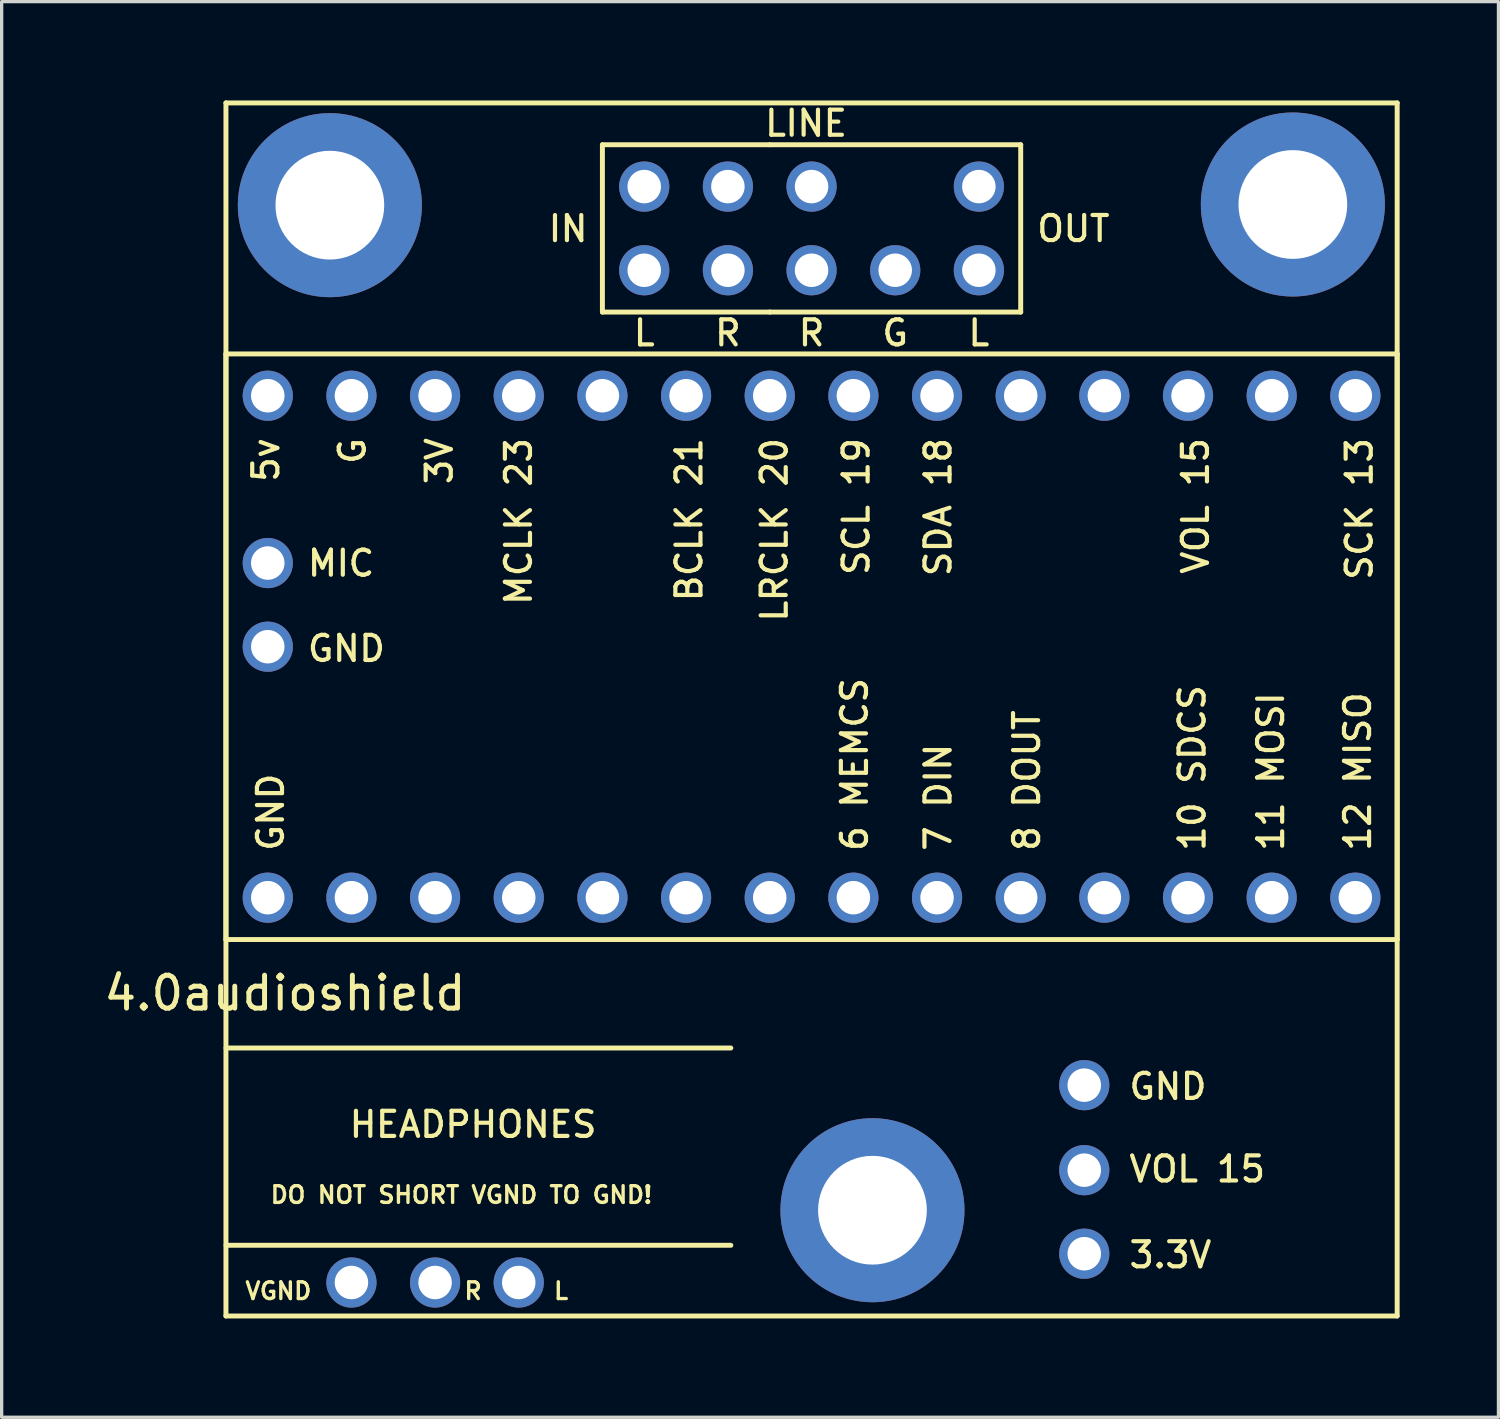
<source format=kicad_pcb>
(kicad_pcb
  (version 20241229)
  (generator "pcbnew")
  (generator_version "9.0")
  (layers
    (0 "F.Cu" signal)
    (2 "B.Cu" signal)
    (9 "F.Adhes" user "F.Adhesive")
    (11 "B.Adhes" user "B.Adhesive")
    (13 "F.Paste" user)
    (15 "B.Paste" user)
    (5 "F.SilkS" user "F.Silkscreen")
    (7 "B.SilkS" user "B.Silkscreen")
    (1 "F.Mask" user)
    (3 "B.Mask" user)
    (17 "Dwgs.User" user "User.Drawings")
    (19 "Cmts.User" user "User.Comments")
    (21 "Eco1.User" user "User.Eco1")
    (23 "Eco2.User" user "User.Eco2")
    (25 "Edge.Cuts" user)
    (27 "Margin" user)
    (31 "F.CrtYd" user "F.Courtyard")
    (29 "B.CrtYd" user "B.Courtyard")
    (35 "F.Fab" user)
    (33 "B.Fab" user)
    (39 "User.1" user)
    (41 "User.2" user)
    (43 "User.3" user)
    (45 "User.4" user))
  (footprint "4.0audioshield"
    (layer "F.Cu")
    (at 5.08 24.205)
    (property "Reference" "4.0audioshield" (at 0.521 2.898 0) (layer "F.SilkS") (effects (font (size 1 1) (thickness 0.15))))
    (attr through_hole)
    (fp_line (start -1.27 -24.13) (end 34.29 -24.13) (stroke (width 0.15) (type solid)) (layer "F.SilkS"))
    (fp_line (start -1.27 -16.51) (end -1.27 1.27) (stroke (width 0.15) (type solid)) (layer "F.SilkS"))
    (fp_line (start -1.27 1.27) (end 34.29 1.27) (stroke (width 0.15) (type solid)) (layer "F.SilkS"))
    (fp_line (start -1.27 12.7) (end -1.27 -24.13) (stroke (width 0.15) (type solid)) (layer "F.SilkS"))
    (fp_line (start -1.267 4.564) (end 14.059 4.564) (stroke (width 0.15) (type solid)) (layer "F.SilkS"))
    (fp_line (start 10.16 -22.86) (end 10.16 -17.78) (stroke (width 0.15) (type solid)) (layer "F.SilkS"))
    (fp_line (start 10.16 -17.78) (end 15.24 -17.78) (stroke (width 0.15) (type solid)) (layer "F.SilkS"))
    (fp_line (start 14.059 10.554) (end -1.267 10.554) (stroke (width 0.15) (type solid)) (layer "F.SilkS"))
    (fp_line (start 15.24 -22.86) (end 10.16 -22.86) (stroke (width 0.15) (type solid)) (layer "F.SilkS"))
    (fp_line (start 15.24 -22.86) (end 22.86 -22.86) (stroke (width 0.15) (type solid)) (layer "F.SilkS"))
    (fp_line (start 22.86 -22.86) (end 22.86 -17.78) (stroke (width 0.15) (type solid)) (layer "F.SilkS"))
    (fp_line (start 22.86 -17.78) (end 15.24 -17.78) (stroke (width 0.15) (type solid)) (layer "F.SilkS"))
    (fp_line (start 34.29 -24.13) (end 34.29 12.7) (stroke (width 0.15) (type solid)) (layer "F.SilkS"))
    (fp_line (start 34.29 -16.51) (end -1.27 -16.51) (stroke (width 0.15) (type solid)) (layer "F.SilkS"))
    (fp_line (start 34.29 1.27) (end 34.29 -16.51) (stroke (width 0.15) (type solid)) (layer "F.SilkS"))
    (fp_line (start 34.29 12.7) (end -1.27 12.7) (stroke (width 0.15) (type solid)) (layer "F.SilkS"))
    (fp_poly (pts (xy 0.565 -21.695) (xy 0.572 -21.654) (xy 0.563 -21.606) (xy 0.546 -21.59) (xy 0.527 -21.612) (xy 0.521 -21.654) (xy 0.529 -21.701) (xy 0.546 -21.717) (xy 0.565 -21.695)) (stroke (width 0.01) (type solid)) (fill no) (layer "Eco1.User"))
    (fp_poly (pts (xy 0.645 -20.274) (xy 0.648 -20.256) (xy 0.634 -20.223) (xy 0.622 -20.218) (xy 0.6 -20.239) (xy 0.597 -20.256) (xy 0.611 -20.29) (xy 0.622 -20.295) (xy 0.645 -20.274)) (stroke (width 0.01) (type solid)) (fill no) (layer "Eco1.User"))
    (fp_poly (pts (xy 0.647 -21.774) (xy 0.648 -21.768) (xy 0.628 -21.743) (xy 0.622 -21.742) (xy 0.598 -21.762) (xy 0.597 -21.768) (xy 0.616 -21.792) (xy 0.622 -21.793) (xy 0.647 -21.774)) (stroke (width 0.01) (type solid)) (fill no) (layer "Eco1.User"))
    (fp_poly (pts (xy 0.718 -20.197) (xy 0.724 -20.155) (xy 0.715 -20.107) (xy 0.699 -20.091) (xy 0.679 -20.113) (xy 0.673 -20.155) (xy 0.682 -20.203) (xy 0.699 -20.218) (xy 0.718 -20.197)) (stroke (width 0.01) (type solid)) (fill no) (layer "Eco1.User"))
    (fp_poly (pts (xy 0.797 -22.001) (xy 0.8 -21.984) (xy 0.786 -21.95) (xy 0.775 -21.946) (xy 0.752 -21.966) (xy 0.749 -21.984) (xy 0.763 -22.018) (xy 0.775 -22.022) (xy 0.797 -22.001)) (stroke (width 0.01) (type solid)) (fill no) (layer "Eco1.User"))
    (fp_poly (pts (xy 0.799 -20.047) (xy 0.8 -20.041) (xy 0.781 -20.016) (xy 0.775 -20.015) (xy 0.75 -20.035) (xy 0.749 -20.041) (xy 0.769 -20.065) (xy 0.775 -20.066) (xy 0.799 -20.047)) (stroke (width 0.01) (type solid)) (fill no) (layer "Eco1.User"))
    (fp_poly (pts (xy 1.024 -19.9) (xy 1.029 -19.888) (xy 1.008 -19.866) (xy 0.991 -19.863) (xy 0.957 -19.877) (xy 0.953 -19.888) (xy 0.973 -19.911) (xy 0.991 -19.914) (xy 1.024 -19.9)) (stroke (width 0.01) (type solid)) (fill no) (layer "Eco1.User"))
    (fp_poly (pts (xy 1.101 -21.551) (xy 1.105 -21.539) (xy 1.084 -21.517) (xy 1.067 -21.514) (xy 1.033 -21.528) (xy 1.029 -21.539) (xy 1.049 -21.562) (xy 1.067 -21.565) (xy 1.101 -21.551)) (stroke (width 0.01) (type solid)) (fill no) (layer "Eco1.User"))
    (fp_poly (pts (xy 1.177 -21.627) (xy 1.181 -21.615) (xy 1.161 -21.593) (xy 1.143 -21.59) (xy 1.109 -21.604) (xy 1.105 -21.615) (xy 1.125 -21.638) (xy 1.143 -21.641) (xy 1.177 -21.627)) (stroke (width 0.01) (type solid)) (fill no) (layer "Eco1.User"))
    (fp_poly (pts (xy 1.253 -21.703) (xy 1.257 -21.692) (xy 1.237 -21.669) (xy 1.219 -21.666) (xy 1.185 -21.68) (xy 1.181 -21.692) (xy 1.202 -21.714) (xy 1.219 -21.717) (xy 1.253 -21.703)) (stroke (width 0.01) (type solid)) (fill no) (layer "Eco1.User"))
    (fp_poly (pts (xy 1.46 -20.555) (xy 1.46 -20.549) (xy 1.441 -20.524) (xy 1.435 -20.523) (xy 1.41 -20.543) (xy 1.41 -20.549) (xy 1.429 -20.573) (xy 1.435 -20.574) (xy 1.46 -20.555)) (stroke (width 0.01) (type solid)) (fill no) (layer "Eco1.User"))
    (fp_poly (pts (xy 1.536 -20.631) (xy 1.537 -20.625) (xy 1.517 -20.6) (xy 1.511 -20.599) (xy 1.487 -20.619) (xy 1.486 -20.625) (xy 1.505 -20.649) (xy 1.511 -20.65) (xy 1.536 -20.631)) (stroke (width 0.01) (type solid)) (fill no) (layer "Eco1.User"))
    (fp_poly (pts (xy 1.612 -20.707) (xy 1.613 -20.701) (xy 1.594 -20.676) (xy 1.587 -20.676) (xy 1.563 -20.695) (xy 1.562 -20.701) (xy 1.581 -20.726) (xy 1.587 -20.726) (xy 1.612 -20.707)) (stroke (width 0.01) (type solid)) (fill no) (layer "Eco1.User"))
    (fp_poly (pts (xy 1.688 -20.783) (xy 1.689 -20.777) (xy 1.67 -20.753) (xy 1.664 -20.752) (xy 1.639 -20.771) (xy 1.638 -20.777) (xy 1.658 -20.802) (xy 1.664 -20.803) (xy 1.688 -20.783)) (stroke (width 0.01) (type solid)) (fill no) (layer "Eco1.User"))
    (fp_poly (pts (xy 1.765 -20.859) (xy 1.765 -20.853) (xy 1.746 -20.829) (xy 1.74 -20.828) (xy 1.715 -20.847) (xy 1.714 -20.853) (xy 1.734 -20.878) (xy 1.74 -20.879) (xy 1.765 -20.859)) (stroke (width 0.01) (type solid)) (fill no) (layer "Eco1.User"))
    (fp_poly (pts (xy 2.069 -21.164) (xy 2.07 -21.158) (xy 2.051 -21.134) (xy 2.045 -21.133) (xy 2.02 -21.152) (xy 2.019 -21.158) (xy 2.039 -21.183) (xy 2.045 -21.184) (xy 2.069 -21.164)) (stroke (width 0.01) (type solid)) (fill no) (layer "Eco1.User"))
    (fp_poly (pts (xy 2.146 -21.24) (xy 2.146 -21.234) (xy 2.127 -21.21) (xy 2.121 -21.209) (xy 2.096 -21.228) (xy 2.095 -21.234) (xy 2.115 -21.259) (xy 2.121 -21.26) (xy 2.146 -21.24)) (stroke (width 0.01) (type solid)) (fill no) (layer "Eco1.User"))
    (fp_poly (pts (xy 2.222 -21.317) (xy 2.223 -21.311) (xy 2.203 -21.286) (xy 2.197 -21.285) (xy 2.172 -21.305) (xy 2.172 -21.311) (xy 2.191 -21.335) (xy 2.197 -21.336) (xy 2.222 -21.317)) (stroke (width 0.01) (type solid)) (fill no) (layer "Eco1.User"))
    (fp_poly (pts (xy 2.298 -21.393) (xy 2.299 -21.387) (xy 2.279 -21.362) (xy 2.273 -21.361) (xy 2.249 -21.381) (xy 2.248 -21.387) (xy 2.267 -21.411) (xy 2.273 -21.412) (xy 2.298 -21.393)) (stroke (width 0.01) (type solid)) (fill no) (layer "Eco1.User"))
    (fp_poly (pts (xy 2.374 -21.469) (xy 2.375 -21.463) (xy 2.356 -21.438) (xy 2.349 -21.438) (xy 2.325 -21.457) (xy 2.324 -21.463) (xy 2.343 -21.488) (xy 2.349 -21.488) (xy 2.374 -21.469)) (stroke (width 0.01) (type solid)) (fill no) (layer "Eco1.User"))
    (fp_poly (pts (xy 2.448 -21.849) (xy 2.451 -21.831) (xy 2.437 -21.797) (xy 2.426 -21.793) (xy 2.403 -21.814) (xy 2.4 -21.831) (xy 2.414 -21.865) (xy 2.426 -21.869) (xy 2.448 -21.849)) (stroke (width 0.01) (type solid)) (fill no) (layer "Eco1.User"))
    (fp_poly (pts (xy 2.448 -20.198) (xy 2.451 -20.18) (xy 2.437 -20.146) (xy 2.426 -20.142) (xy 2.403 -20.163) (xy 2.4 -20.18) (xy 2.414 -20.214) (xy 2.426 -20.218) (xy 2.448 -20.198)) (stroke (width 0.01) (type solid)) (fill no) (layer "Eco1.User"))
    (fp_poly (pts (xy 2.45 -21.545) (xy 2.451 -21.539) (xy 2.432 -21.515) (xy 2.426 -21.514) (xy 2.401 -21.533) (xy 2.4 -21.539) (xy 2.42 -21.564) (xy 2.426 -21.565) (xy 2.45 -21.545)) (stroke (width 0.01) (type solid)) (fill no) (layer "Eco1.User"))
    (fp_poly (pts (xy 2.524 -20.274) (xy 2.527 -20.256) (xy 2.514 -20.223) (xy 2.502 -20.218) (xy 2.479 -20.239) (xy 2.477 -20.256) (xy 2.49 -20.29) (xy 2.502 -20.295) (xy 2.524 -20.274)) (stroke (width 0.01) (type solid)) (fill no) (layer "Eco1.User"))
    (fp_poly (pts (xy 2.527 -21.774) (xy 2.527 -21.768) (xy 2.508 -21.743) (xy 2.502 -21.742) (xy 2.477 -21.762) (xy 2.477 -21.768) (xy 2.496 -21.792) (xy 2.502 -21.793) (xy 2.527 -21.774)) (stroke (width 0.01) (type solid)) (fill no) (layer "Eco1.User"))
    (fp_poly (pts (xy 2.527 -21.621) (xy 2.527 -21.615) (xy 2.508 -21.591) (xy 2.502 -21.59) (xy 2.477 -21.609) (xy 2.477 -21.615) (xy 2.496 -21.64) (xy 2.502 -21.641) (xy 2.527 -21.621)) (stroke (width 0.01) (type solid)) (fill no) (layer "Eco1.User"))
    (fp_poly (pts (xy 2.588 -22.293) (xy 2.603 -22.276) (xy 2.582 -22.257) (xy 2.54 -22.25) (xy 2.492 -22.259) (xy 2.477 -22.276) (xy 2.498 -22.295) (xy 2.54 -22.301) (xy 2.588 -22.293)) (stroke (width 0.01) (type solid)) (fill no) (layer "Eco1.User"))
    (fp_poly (pts (xy 2.588 -19.753) (xy 2.603 -19.736) (xy 2.582 -19.717) (xy 2.54 -19.71) (xy 2.492 -19.719) (xy 2.477 -19.736) (xy 2.498 -19.755) (xy 2.54 -19.761) (xy 2.588 -19.753)) (stroke (width 0.01) (type solid)) (fill no) (layer "Eco1.User"))
    (fp_poly (pts (xy 2.603 -21.698) (xy 2.603 -21.692) (xy 2.584 -21.667) (xy 2.578 -21.666) (xy 2.553 -21.686) (xy 2.553 -21.692) (xy 2.572 -21.716) (xy 2.578 -21.717) (xy 2.603 -21.698)) (stroke (width 0.01) (type solid)) (fill no) (layer "Eco1.User"))
    (fp_poly (pts (xy 2.675 -21.627) (xy 2.68 -21.615) (xy 2.659 -21.593) (xy 2.642 -21.59) (xy 2.608 -21.604) (xy 2.603 -21.615) (xy 2.624 -21.638) (xy 2.642 -21.641) (xy 2.675 -21.627)) (stroke (width 0.01) (type solid)) (fill no) (layer "Eco1.User"))
    (fp_poly (pts (xy 2.752 -21.551) (xy 2.756 -21.539) (xy 2.735 -21.517) (xy 2.718 -21.514) (xy 2.684 -21.528) (xy 2.68 -21.539) (xy 2.7 -21.562) (xy 2.718 -21.565) (xy 2.752 -21.551)) (stroke (width 0.01) (type solid)) (fill no) (layer "Eco1.User"))
    (fp_poly (pts (xy 2.828 -19.9) (xy 2.832 -19.888) (xy 2.812 -19.866) (xy 2.794 -19.863) (xy 2.76 -19.877) (xy 2.756 -19.888) (xy 2.776 -19.911) (xy 2.794 -19.914) (xy 2.828 -19.9)) (stroke (width 0.01) (type solid)) (fill no) (layer "Eco1.User"))
    (fp_poly (pts (xy 3.035 -20.047) (xy 3.035 -20.041) (xy 3.016 -20.016) (xy 3.01 -20.015) (xy 2.985 -20.035) (xy 2.985 -20.041) (xy 3.004 -20.065) (xy 3.01 -20.066) (xy 3.035 -20.047)) (stroke (width 0.01) (type solid)) (fill no) (layer "Eco1.User"))
    (fp_poly (pts (xy 3.105 -20.197) (xy 3.111 -20.155) (xy 3.103 -20.107) (xy 3.086 -20.091) (xy 3.067 -20.113) (xy 3.061 -20.155) (xy 3.069 -20.203) (xy 3.086 -20.218) (xy 3.105 -20.197)) (stroke (width 0.01) (type solid)) (fill no) (layer "Eco1.User"))
    (fp_poly (pts (xy 3.185 -20.274) (xy 3.188 -20.256) (xy 3.174 -20.223) (xy 3.162 -20.218) (xy 3.14 -20.239) (xy 3.137 -20.256) (xy 3.151 -20.29) (xy 3.162 -20.295) (xy 3.185 -20.274)) (stroke (width 0.01) (type solid)) (fill no) (layer "Eco1.User"))
    (fp_poly (pts (xy 3.187 -21.774) (xy 3.188 -21.768) (xy 3.168 -21.743) (xy 3.162 -21.742) (xy 3.138 -21.762) (xy 3.137 -21.768) (xy 3.156 -21.792) (xy 3.162 -21.793) (xy 3.187 -21.774)) (stroke (width 0.01) (type solid)) (fill no) (layer "Eco1.User"))
    (fp_poly (pts (xy 3.258 -21.695) (xy 3.264 -21.654) (xy 3.255 -21.606) (xy 3.239 -21.59) (xy 3.219 -21.612) (xy 3.213 -21.654) (xy 3.222 -21.701) (xy 3.239 -21.717) (xy 3.258 -21.695)) (stroke (width 0.01) (type solid)) (fill no) (layer "Eco1.User"))
    (fp_poly (pts (xy 29.826 -21.695) (xy 29.832 -21.654) (xy 29.824 -21.606) (xy 29.807 -21.59) (xy 29.788 -21.612) (xy 29.782 -21.654) (xy 29.79 -21.701) (xy 29.807 -21.717) (xy 29.826 -21.695)) (stroke (width 0.01) (type solid)) (fill no) (layer "Eco1.User"))
    (fp_poly (pts (xy 29.906 -20.274) (xy 29.909 -20.256) (xy 29.895 -20.223) (xy 29.883 -20.218) (xy 29.861 -20.239) (xy 29.858 -20.256) (xy 29.871 -20.29) (xy 29.883 -20.295) (xy 29.906 -20.274)) (stroke (width 0.01) (type solid)) (fill no) (layer "Eco1.User"))
    (fp_poly (pts (xy 29.908 -21.774) (xy 29.909 -21.768) (xy 29.889 -21.743) (xy 29.883 -21.742) (xy 29.858 -21.762) (xy 29.858 -21.768) (xy 29.877 -21.792) (xy 29.883 -21.793) (xy 29.908 -21.774)) (stroke (width 0.01) (type solid)) (fill no) (layer "Eco1.User"))
    (fp_poly (pts (xy 29.978 -20.197) (xy 29.985 -20.155) (xy 29.976 -20.107) (xy 29.959 -20.091) (xy 29.94 -20.113) (xy 29.934 -20.155) (xy 29.943 -20.203) (xy 29.959 -20.218) (xy 29.978 -20.197)) (stroke (width 0.01) (type solid)) (fill no) (layer "Eco1.User"))
    (fp_poly (pts (xy 30.058 -22.001) (xy 30.061 -21.984) (xy 30.047 -21.95) (xy 30.035 -21.946) (xy 30.013 -21.966) (xy 30.01 -21.984) (xy 30.024 -22.018) (xy 30.035 -22.022) (xy 30.058 -22.001)) (stroke (width 0.01) (type solid)) (fill no) (layer "Eco1.User"))
    (fp_poly (pts (xy 30.06 -20.047) (xy 30.061 -20.041) (xy 30.042 -20.016) (xy 30.035 -20.015) (xy 30.011 -20.035) (xy 30.01 -20.041) (xy 30.029 -20.065) (xy 30.035 -20.066) (xy 30.06 -20.047)) (stroke (width 0.01) (type solid)) (fill no) (layer "Eco1.User"))
    (fp_poly (pts (xy 30.201 -22.085) (xy 30.213 -22.06) (xy 30.191 -22.029) (xy 30.15 -22.022) (xy 30.099 -22.035) (xy 30.086 -22.06) (xy 30.108 -22.091) (xy 30.15 -22.098) (xy 30.201 -22.085)) (stroke (width 0.01) (type solid)) (fill no) (layer "Eco1.User"))
    (fp_poly (pts (xy 30.289 -22.129) (xy 30.29 -22.123) (xy 30.27 -22.099) (xy 30.264 -22.098) (xy 30.239 -22.117) (xy 30.239 -22.123) (xy 30.258 -22.148) (xy 30.264 -22.149) (xy 30.289 -22.129)) (stroke (width 0.01) (type solid)) (fill no) (layer "Eco1.User"))
    (fp_poly (pts (xy 30.289 -20.123) (xy 30.29 -20.117) (xy 30.27 -20.092) (xy 30.264 -20.091) (xy 30.239 -20.111) (xy 30.239 -20.117) (xy 30.258 -20.141) (xy 30.264 -20.142) (xy 30.289 -20.123)) (stroke (width 0.01) (type solid)) (fill no) (layer "Eco1.User"))
    (fp_poly (pts (xy 30.289 -19.894) (xy 30.29 -19.888) (xy 30.27 -19.864) (xy 30.264 -19.863) (xy 30.239 -19.882) (xy 30.239 -19.888) (xy 30.258 -19.913) (xy 30.264 -19.914) (xy 30.289 -19.894)) (stroke (width 0.01) (type solid)) (fill no) (layer "Eco1.User"))
    (fp_poly (pts (xy 30.363 -20.198) (xy 30.366 -20.18) (xy 30.352 -20.146) (xy 30.34 -20.142) (xy 30.318 -20.163) (xy 30.315 -20.18) (xy 30.329 -20.214) (xy 30.34 -20.218) (xy 30.363 -20.198)) (stroke (width 0.01) (type solid)) (fill no) (layer "Eco1.User"))
    (fp_poly (pts (xy 30.365 -21.545) (xy 30.366 -21.539) (xy 30.346 -21.515) (xy 30.34 -21.514) (xy 30.316 -21.533) (xy 30.315 -21.539) (xy 30.334 -21.564) (xy 30.34 -21.565) (xy 30.365 -21.545)) (stroke (width 0.01) (type solid)) (fill no) (layer "Eco1.User"))
    (fp_poly (pts (xy 30.365 -20.478) (xy 30.366 -20.472) (xy 30.346 -20.448) (xy 30.34 -20.447) (xy 30.316 -20.466) (xy 30.315 -20.472) (xy 30.334 -20.497) (xy 30.34 -20.498) (xy 30.365 -20.478)) (stroke (width 0.01) (type solid)) (fill no) (layer "Eco1.User"))
    (fp_poly (pts (xy 30.426 -22.216) (xy 30.442 -22.2) (xy 30.42 -22.181) (xy 30.378 -22.174) (xy 30.331 -22.183) (xy 30.315 -22.2) (xy 30.337 -22.219) (xy 30.378 -22.225) (xy 30.426 -22.216)) (stroke (width 0.01) (type solid)) (fill no) (layer "Eco1.User"))
    (fp_poly (pts (xy 30.426 -19.829) (xy 30.442 -19.812) (xy 30.42 -19.793) (xy 30.378 -19.787) (xy 30.331 -19.795) (xy 30.315 -19.812) (xy 30.337 -19.831) (xy 30.378 -19.837) (xy 30.426 -19.829)) (stroke (width 0.01) (type solid)) (fill no) (layer "Eco1.User"))
    (fp_poly (pts (xy 30.439 -20.426) (xy 30.442 -20.409) (xy 30.428 -20.375) (xy 30.416 -20.371) (xy 30.394 -20.391) (xy 30.391 -20.409) (xy 30.405 -20.443) (xy 30.416 -20.447) (xy 30.439 -20.426)) (stroke (width 0.01) (type solid)) (fill no) (layer "Eco1.User"))
    (fp_poly (pts (xy 30.439 -20.274) (xy 30.442 -20.256) (xy 30.428 -20.223) (xy 30.416 -20.218) (xy 30.394 -20.239) (xy 30.391 -20.256) (xy 30.405 -20.29) (xy 30.416 -20.295) (xy 30.439 -20.274)) (stroke (width 0.01) (type solid)) (fill no) (layer "Eco1.User"))
    (fp_poly (pts (xy 30.441 -21.621) (xy 30.442 -21.615) (xy 30.423 -21.591) (xy 30.416 -21.59) (xy 30.392 -21.609) (xy 30.391 -21.615) (xy 30.41 -21.64) (xy 30.416 -21.641) (xy 30.441 -21.621)) (stroke (width 0.01) (type solid)) (fill no) (layer "Eco1.User"))
    (fp_poly (pts (xy 30.515 -20.35) (xy 30.518 -20.333) (xy 30.504 -20.299) (xy 30.493 -20.295) (xy 30.47 -20.315) (xy 30.467 -20.333) (xy 30.481 -20.367) (xy 30.493 -20.371) (xy 30.515 -20.35)) (stroke (width 0.01) (type solid)) (fill no) (layer "Eco1.User"))
    (fp_poly (pts (xy 30.517 -21.698) (xy 30.518 -21.692) (xy 30.499 -21.667) (xy 30.493 -21.666) (xy 30.468 -21.686) (xy 30.467 -21.692) (xy 30.487 -21.716) (xy 30.493 -21.717) (xy 30.517 -21.698)) (stroke (width 0.01) (type solid)) (fill no) (layer "Eco1.User"))
    (fp_poly (pts (xy 30.579 -22.293) (xy 30.594 -22.276) (xy 30.573 -22.257) (xy 30.531 -22.25) (xy 30.483 -22.259) (xy 30.467 -22.276) (xy 30.489 -22.295) (xy 30.531 -22.301) (xy 30.579 -22.293)) (stroke (width 0.01) (type solid)) (fill no) (layer "Eco1.User"))
    (fp_poly (pts (xy 30.579 -19.753) (xy 30.594 -19.736) (xy 30.573 -19.717) (xy 30.531 -19.71) (xy 30.483 -19.719) (xy 30.467 -19.736) (xy 30.489 -19.755) (xy 30.531 -19.761) (xy 30.579 -19.753)) (stroke (width 0.01) (type solid)) (fill no) (layer "Eco1.User"))
    (fp_poly (pts (xy 30.591 -20.426) (xy 30.594 -20.409) (xy 30.581 -20.375) (xy 30.569 -20.371) (xy 30.546 -20.391) (xy 30.544 -20.409) (xy 30.557 -20.443) (xy 30.569 -20.447) (xy 30.591 -20.426)) (stroke (width 0.01) (type solid)) (fill no) (layer "Eco1.User"))
    (fp_poly (pts (xy 30.591 -20.274) (xy 30.594 -20.256) (xy 30.581 -20.223) (xy 30.569 -20.218) (xy 30.546 -20.239) (xy 30.544 -20.256) (xy 30.557 -20.29) (xy 30.569 -20.295) (xy 30.591 -20.274)) (stroke (width 0.01) (type solid)) (fill no) (layer "Eco1.User"))
    (fp_poly (pts (xy 30.594 -21.774) (xy 30.594 -21.768) (xy 30.575 -21.743) (xy 30.569 -21.742) (xy 30.544 -21.762) (xy 30.544 -21.768) (xy 30.563 -21.792) (xy 30.569 -21.793) (xy 30.594 -21.774)) (stroke (width 0.01) (type solid)) (fill no) (layer "Eco1.User"))
    (fp_poly (pts (xy 30.668 -21.849) (xy 30.671 -21.831) (xy 30.657 -21.797) (xy 30.645 -21.793) (xy 30.623 -21.814) (xy 30.62 -21.831) (xy 30.633 -21.865) (xy 30.645 -21.869) (xy 30.668 -21.849)) (stroke (width 0.01) (type solid)) (fill no) (layer "Eco1.User"))
    (fp_poly (pts (xy 30.668 -20.198) (xy 30.671 -20.18) (xy 30.657 -20.146) (xy 30.645 -20.142) (xy 30.623 -20.163) (xy 30.62 -20.18) (xy 30.633 -20.214) (xy 30.645 -20.218) (xy 30.668 -20.198)) (stroke (width 0.01) (type solid)) (fill no) (layer "Eco1.User"))
    (fp_poly (pts (xy 30.67 -20.478) (xy 30.671 -20.472) (xy 30.651 -20.448) (xy 30.645 -20.447) (xy 30.62 -20.466) (xy 30.62 -20.472) (xy 30.639 -20.497) (xy 30.645 -20.498) (xy 30.67 -20.478)) (stroke (width 0.01) (type solid)) (fill no) (layer "Eco1.User"))
    (fp_poly (pts (xy 30.746 -20.555) (xy 30.747 -20.549) (xy 30.727 -20.524) (xy 30.721 -20.523) (xy 30.697 -20.543) (xy 30.696 -20.549) (xy 30.715 -20.573) (xy 30.721 -20.574) (xy 30.746 -20.555)) (stroke (width 0.01) (type solid)) (fill no) (layer "Eco1.User"))
    (fp_poly (pts (xy 30.822 -20.631) (xy 30.823 -20.625) (xy 30.804 -20.6) (xy 30.797 -20.599) (xy 30.773 -20.619) (xy 30.772 -20.625) (xy 30.791 -20.649) (xy 30.797 -20.65) (xy 30.822 -20.631)) (stroke (width 0.01) (type solid)) (fill no) (layer "Eco1.User"))
    (fp_poly (pts (xy 30.895 -20.713) (xy 30.899 -20.701) (xy 30.879 -20.678) (xy 30.861 -20.676) (xy 30.827 -20.689) (xy 30.823 -20.701) (xy 30.843 -20.724) (xy 30.861 -20.726) (xy 30.895 -20.713)) (stroke (width 0.01) (type solid)) (fill no) (layer "Eco1.User"))
    (fp_poly (pts (xy 30.971 -20.789) (xy 30.975 -20.777) (xy 30.955 -20.755) (xy 30.937 -20.752) (xy 30.903 -20.766) (xy 30.899 -20.777) (xy 30.92 -20.8) (xy 30.937 -20.803) (xy 30.971 -20.789)) (stroke (width 0.01) (type solid)) (fill no) (layer "Eco1.User"))
    (fp_poly (pts (xy 31.047 -20.865) (xy 31.052 -20.853) (xy 31.031 -20.831) (xy 31.013 -20.828) (xy 30.98 -20.842) (xy 30.975 -20.853) (xy 30.996 -20.876) (xy 31.013 -20.879) (xy 31.047 -20.865)) (stroke (width 0.01) (type solid)) (fill no) (layer "Eco1.User"))
    (fp_poly (pts (xy 31.406 -21.24) (xy 31.407 -21.234) (xy 31.388 -21.21) (xy 31.382 -21.209) (xy 31.357 -21.228) (xy 31.356 -21.234) (xy 31.376 -21.259) (xy 31.382 -21.26) (xy 31.406 -21.24)) (stroke (width 0.01) (type solid)) (fill no) (layer "Eco1.User"))
    (fp_poly (pts (xy 31.483 -21.317) (xy 31.483 -21.311) (xy 31.464 -21.286) (xy 31.458 -21.285) (xy 31.433 -21.305) (xy 31.433 -21.311) (xy 31.452 -21.335) (xy 31.458 -21.336) (xy 31.483 -21.317)) (stroke (width 0.01) (type solid)) (fill no) (layer "Eco1.User"))
    (fp_poly (pts (xy 31.559 -21.393) (xy 31.559 -21.387) (xy 31.54 -21.362) (xy 31.534 -21.361) (xy 31.509 -21.381) (xy 31.509 -21.387) (xy 31.528 -21.411) (xy 31.534 -21.412) (xy 31.559 -21.393)) (stroke (width 0.01) (type solid)) (fill no) (layer "Eco1.User"))
    (fp_poly (pts (xy 31.635 -21.469) (xy 31.636 -21.463) (xy 31.616 -21.438) (xy 31.61 -21.438) (xy 31.586 -21.457) (xy 31.585 -21.463) (xy 31.604 -21.488) (xy 31.61 -21.488) (xy 31.635 -21.469)) (stroke (width 0.01) (type solid)) (fill no) (layer "Eco1.User"))
    (fp_poly (pts (xy 31.709 -21.849) (xy 31.712 -21.831) (xy 31.698 -21.797) (xy 31.686 -21.793) (xy 31.664 -21.814) (xy 31.661 -21.831) (xy 31.675 -21.865) (xy 31.686 -21.869) (xy 31.709 -21.849)) (stroke (width 0.01) (type solid)) (fill no) (layer "Eco1.User"))
    (fp_poly (pts (xy 31.709 -20.198) (xy 31.712 -20.18) (xy 31.698 -20.146) (xy 31.686 -20.142) (xy 31.664 -20.163) (xy 31.661 -20.18) (xy 31.675 -20.214) (xy 31.686 -20.218) (xy 31.709 -20.198)) (stroke (width 0.01) (type solid)) (fill no) (layer "Eco1.User"))
    (fp_poly (pts (xy 31.711 -21.545) (xy 31.712 -21.539) (xy 31.693 -21.515) (xy 31.686 -21.514) (xy 31.662 -21.533) (xy 31.661 -21.539) (xy 31.68 -21.564) (xy 31.686 -21.565) (xy 31.711 -21.545)) (stroke (width 0.01) (type solid)) (fill no) (layer "Eco1.User"))
    (fp_poly (pts (xy 31.785 -20.274) (xy 31.788 -20.256) (xy 31.774 -20.223) (xy 31.763 -20.218) (xy 31.74 -20.239) (xy 31.737 -20.256) (xy 31.751 -20.29) (xy 31.763 -20.295) (xy 31.785 -20.274)) (stroke (width 0.01) (type solid)) (fill no) (layer "Eco1.User"))
    (fp_poly (pts (xy 31.787 -21.774) (xy 31.788 -21.768) (xy 31.769 -21.743) (xy 31.763 -21.742) (xy 31.738 -21.762) (xy 31.737 -21.768) (xy 31.757 -21.792) (xy 31.763 -21.793) (xy 31.787 -21.774)) (stroke (width 0.01) (type solid)) (fill no) (layer "Eco1.User"))
    (fp_poly (pts (xy 31.787 -21.621) (xy 31.788 -21.615) (xy 31.769 -21.591) (xy 31.763 -21.59) (xy 31.738 -21.609) (xy 31.737 -21.615) (xy 31.757 -21.64) (xy 31.763 -21.641) (xy 31.787 -21.621)) (stroke (width 0.01) (type solid)) (fill no) (layer "Eco1.User"))
    (fp_poly (pts (xy 31.849 -22.293) (xy 31.864 -22.276) (xy 31.843 -22.257) (xy 31.801 -22.25) (xy 31.753 -22.259) (xy 31.737 -22.276) (xy 31.759 -22.295) (xy 31.801 -22.301) (xy 31.849 -22.293)) (stroke (width 0.01) (type solid)) (fill no) (layer "Eco1.User"))
    (fp_poly (pts (xy 31.849 -19.753) (xy 31.864 -19.736) (xy 31.843 -19.717) (xy 31.801 -19.71) (xy 31.753 -19.719) (xy 31.737 -19.736) (xy 31.759 -19.755) (xy 31.801 -19.761) (xy 31.849 -19.753)) (stroke (width 0.01) (type solid)) (fill no) (layer "Eco1.User"))
    (fp_poly (pts (xy 31.861 -20.35) (xy 31.864 -20.333) (xy 31.851 -20.299) (xy 31.839 -20.295) (xy 31.816 -20.315) (xy 31.814 -20.333) (xy 31.827 -20.367) (xy 31.839 -20.371) (xy 31.861 -20.35)) (stroke (width 0.01) (type solid)) (fill no) (layer "Eco1.User"))
    (fp_poly (pts (xy 31.864 -21.698) (xy 31.864 -21.692) (xy 31.845 -21.667) (xy 31.839 -21.666) (xy 31.814 -21.686) (xy 31.814 -21.692) (xy 31.833 -21.716) (xy 31.839 -21.717) (xy 31.864 -21.698)) (stroke (width 0.01) (type solid)) (fill no) (layer "Eco1.User"))
    (fp_poly (pts (xy 31.938 -20.426) (xy 31.941 -20.409) (xy 31.927 -20.375) (xy 31.915 -20.371) (xy 31.893 -20.391) (xy 31.89 -20.409) (xy 31.903 -20.443) (xy 31.915 -20.447) (xy 31.938 -20.426)) (stroke (width 0.01) (type solid)) (fill no) (layer "Eco1.User"))
    (fp_poly (pts (xy 31.94 -21.774) (xy 31.941 -21.768) (xy 31.921 -21.743) (xy 31.915 -21.742) (xy 31.89 -21.762) (xy 31.89 -21.768) (xy 31.909 -21.792) (xy 31.915 -21.793) (xy 31.94 -21.774)) (stroke (width 0.01) (type solid)) (fill no) (layer "Eco1.User"))
    (fp_poly (pts (xy 31.94 -21.621) (xy 31.941 -21.615) (xy 31.921 -21.591) (xy 31.915 -21.59) (xy 31.89 -21.609) (xy 31.89 -21.615) (xy 31.909 -21.64) (xy 31.915 -21.641) (xy 31.94 -21.621)) (stroke (width 0.01) (type solid)) (fill no) (layer "Eco1.User"))
    (fp_poly (pts (xy 32.001 -22.216) (xy 32.017 -22.2) (xy 31.995 -22.181) (xy 31.953 -22.174) (xy 31.905 -22.183) (xy 31.89 -22.2) (xy 31.911 -22.219) (xy 31.953 -22.225) (xy 32.001 -22.216)) (stroke (width 0.01) (type solid)) (fill no) (layer "Eco1.User"))
    (fp_poly (pts (xy 32.001 -19.829) (xy 32.017 -19.812) (xy 31.995 -19.793) (xy 31.953 -19.787) (xy 31.905 -19.795) (xy 31.89 -19.812) (xy 31.911 -19.831) (xy 31.953 -19.837) (xy 32.001 -19.829)) (stroke (width 0.01) (type solid)) (fill no) (layer "Eco1.User"))
    (fp_poly (pts (xy 32.014 -21.849) (xy 32.017 -21.831) (xy 32.003 -21.797) (xy 31.991 -21.793) (xy 31.969 -21.814) (xy 31.966 -21.831) (xy 31.98 -21.865) (xy 31.991 -21.869) (xy 32.014 -21.849)) (stroke (width 0.01) (type solid)) (fill no) (layer "Eco1.User"))
    (fp_poly (pts (xy 32.016 -21.545) (xy 32.017 -21.539) (xy 31.997 -21.515) (xy 31.991 -21.514) (xy 31.967 -21.533) (xy 31.966 -21.539) (xy 31.985 -21.564) (xy 31.991 -21.565) (xy 32.016 -21.545)) (stroke (width 0.01) (type solid)) (fill no) (layer "Eco1.User"))
    (fp_poly (pts (xy 32.016 -20.478) (xy 32.017 -20.472) (xy 31.997 -20.448) (xy 31.991 -20.447) (xy 31.967 -20.466) (xy 31.966 -20.472) (xy 31.985 -20.497) (xy 31.991 -20.498) (xy 32.016 -20.478)) (stroke (width 0.01) (type solid)) (fill no) (layer "Eco1.User"))
    (fp_poly (pts (xy 32.09 -21.925) (xy 32.093 -21.907) (xy 32.079 -21.874) (xy 32.068 -21.869) (xy 32.045 -21.89) (xy 32.042 -21.907) (xy 32.056 -21.941) (xy 32.068 -21.946) (xy 32.09 -21.925)) (stroke (width 0.01) (type solid)) (fill no) (layer "Eco1.User"))
    (fp_poly (pts (xy 32.092 -22.129) (xy 32.093 -22.123) (xy 32.074 -22.099) (xy 32.068 -22.098) (xy 32.043 -22.117) (xy 32.042 -22.123) (xy 32.061 -22.148) (xy 32.068 -22.149) (xy 32.092 -22.129)) (stroke (width 0.01) (type solid)) (fill no) (layer "Eco1.User"))
    (fp_poly (pts (xy 32.092 -19.894) (xy 32.093 -19.888) (xy 32.074 -19.864) (xy 32.068 -19.863) (xy 32.043 -19.882) (xy 32.042 -19.888) (xy 32.061 -19.913) (xy 32.068 -19.914) (xy 32.092 -19.894)) (stroke (width 0.01) (type solid)) (fill no) (layer "Eco1.User"))
    (fp_poly (pts (xy 32.23 -19.981) (xy 32.245 -19.964) (xy 32.224 -19.945) (xy 32.182 -19.939) (xy 32.134 -19.948) (xy 32.118 -19.964) (xy 32.14 -19.983) (xy 32.182 -19.99) (xy 32.23 -19.981)) (stroke (width 0.01) (type solid)) (fill no) (layer "Eco1.User"))
    (fp_poly (pts (xy 32.321 -20.047) (xy 32.322 -20.041) (xy 32.302 -20.016) (xy 32.296 -20.015) (xy 32.271 -20.035) (xy 32.271 -20.041) (xy 32.29 -20.065) (xy 32.296 -20.066) (xy 32.321 -20.047)) (stroke (width 0.01) (type solid)) (fill no) (layer "Eco1.User"))
    (fp_poly (pts (xy 32.391 -20.197) (xy 32.398 -20.155) (xy 32.389 -20.107) (xy 32.372 -20.091) (xy 32.353 -20.113) (xy 32.347 -20.155) (xy 32.356 -20.203) (xy 32.372 -20.218) (xy 32.391 -20.197)) (stroke (width 0.01) (type solid)) (fill no) (layer "Eco1.User"))
    (fp_poly (pts (xy 32.473 -21.774) (xy 32.474 -21.768) (xy 32.455 -21.743) (xy 32.449 -21.742) (xy 32.424 -21.762) (xy 32.423 -21.768) (xy 32.442 -21.792) (xy 32.449 -21.793) (xy 32.473 -21.774)) (stroke (width 0.01) (type solid)) (fill no) (layer "Eco1.User"))
    (fp_poly (pts (xy 32.543 -21.695) (xy 32.55 -21.654) (xy 32.537 -21.602) (xy 32.512 -21.59) (xy 32.481 -21.612) (xy 32.474 -21.654) (xy 32.487 -21.705) (xy 32.512 -21.717) (xy 32.543 -21.695)) (stroke (width 0.01) (type solid)) (fill no) (layer "Eco1.User"))
    (fp_poly (pts (xy 0.486 -21.542) (xy 0.495 -21.486) (xy 0.495 -21.463) (xy 0.49 -21.399) (xy 0.476 -21.364) (xy 0.47 -21.361) (xy 0.454 -21.384) (xy 0.445 -21.44) (xy 0.445 -21.463) (xy 0.45 -21.527) (xy 0.464 -21.562) (xy 0.47 -21.565) (xy 0.486 -21.542)) (stroke (width 0.01) (type solid)) (fill no) (layer "Eco1.User"))
    (fp_poly (pts (xy 0.486 -20.628) (xy 0.495 -20.571) (xy 0.495 -20.549) (xy 0.49 -20.485) (xy 0.476 -20.45) (xy 0.47 -20.447) (xy 0.454 -20.47) (xy 0.445 -20.526) (xy 0.445 -20.549) (xy 0.45 -20.612) (xy 0.464 -20.648) (xy 0.47 -20.65) (xy 0.486 -20.628)) (stroke (width 0.01) (type solid)) (fill no) (layer "Eco1.User"))
    (fp_poly (pts (xy 0.564 -20.425) (xy 0.571 -20.372) (xy 0.572 -20.371) (xy 0.564 -20.317) (xy 0.546 -20.295) (xy 0.546 -20.295) (xy 0.528 -20.317) (xy 0.521 -20.37) (xy 0.521 -20.371) (xy 0.528 -20.424) (xy 0.546 -20.447) (xy 0.546 -20.447) (xy 0.564 -20.425)) (stroke (width 0.01) (type solid)) (fill no) (layer "Eco1.User"))
    (fp_poly (pts (xy 0.716 -21.924) (xy 0.724 -21.87) (xy 0.724 -21.869) (xy 0.717 -21.816) (xy 0.699 -21.793) (xy 0.699 -21.793) (xy 0.681 -21.815) (xy 0.673 -21.868) (xy 0.673 -21.869) (xy 0.68 -21.923) (xy 0.698 -21.946) (xy 0.699 -21.946) (xy 0.716 -21.924)) (stroke (width 0.01) (type solid)) (fill no) (layer "Eco1.User"))
    (fp_poly (pts (xy 1.017 -21.472) (xy 1.028 -21.416) (xy 1.029 -21.387) (xy 1.022 -21.316) (xy 1.002 -21.287) (xy 0.991 -21.285) (xy 0.964 -21.302) (xy 0.953 -21.358) (xy 0.953 -21.387) (xy 0.959 -21.457) (xy 0.98 -21.487) (xy 0.991 -21.488) (xy 1.017 -21.472)) (stroke (width 0.01) (type solid)) (fill no) (layer "Eco1.User"))
    (fp_poly (pts (xy 1.017 -20.71) (xy 1.028 -20.654) (xy 1.029 -20.625) (xy 1.022 -20.554) (xy 1.002 -20.525) (xy 0.991 -20.523) (xy 0.964 -20.54) (xy 0.953 -20.596) (xy 0.953 -20.625) (xy 0.959 -20.695) (xy 0.98 -20.725) (xy 0.991 -20.726) (xy 1.017 -20.71)) (stroke (width 0.01) (type solid)) (fill no) (layer "Eco1.User"))
    (fp_poly (pts (xy 1.158 -22.218) (xy 1.181 -22.2) (xy 1.181 -22.2) (xy 1.159 -22.182) (xy 1.106 -22.174) (xy 1.105 -22.174) (xy 1.051 -22.182) (xy 1.029 -22.199) (xy 1.029 -22.2) (xy 1.051 -22.217) (xy 1.104 -22.225) (xy 1.105 -22.225) (xy 1.158 -22.218)) (stroke (width 0.01) (type solid)) (fill no) (layer "Eco1.User"))
    (fp_poly (pts (xy 1.158 -19.83) (xy 1.181 -19.812) (xy 1.181 -19.812) (xy 1.159 -19.794) (xy 1.106 -19.787) (xy 1.105 -19.787) (xy 1.051 -19.794) (xy 1.029 -19.812) (xy 1.029 -19.812) (xy 1.051 -19.83) (xy 1.104 -19.837) (xy 1.105 -19.837) (xy 1.158 -19.83)) (stroke (width 0.01) (type solid)) (fill no) (layer "Eco1.User"))
    (fp_poly (pts (xy 1.311 -22.294) (xy 1.333 -22.276) (xy 1.333 -22.276) (xy 1.311 -22.258) (xy 1.258 -22.25) (xy 1.257 -22.25) (xy 1.204 -22.258) (xy 1.181 -22.275) (xy 1.181 -22.276) (xy 1.203 -22.294) (xy 1.256 -22.301) (xy 1.257 -22.301) (xy 1.311 -22.294)) (stroke (width 0.01) (type solid)) (fill no) (layer "Eco1.User"))
    (fp_poly (pts (xy 1.311 -19.754) (xy 1.333 -19.736) (xy 1.333 -19.736) (xy 1.311 -19.718) (xy 1.258 -19.71) (xy 1.257 -19.71) (xy 1.204 -19.718) (xy 1.181 -19.735) (xy 1.181 -19.736) (xy 1.203 -19.754) (xy 1.256 -19.761) (xy 1.257 -19.761) (xy 1.311 -19.754)) (stroke (width 0.01) (type solid)) (fill no) (layer "Eco1.User"))
    (fp_poly (pts (xy 1.382 -21.853) (xy 1.374 -21.814) (xy 1.348 -21.779) (xy 1.302 -21.748) (xy 1.267 -21.747) (xy 1.257 -21.768) (xy 1.278 -21.79) (xy 1.295 -21.793) (xy 1.329 -21.814) (xy 1.333 -21.831) (xy 1.347 -21.865) (xy 1.359 -21.869) (xy 1.382 -21.853)) (stroke (width 0.01) (type solid)) (fill no) (layer "Eco1.User"))
    (fp_poly (pts (xy 1.499 -22.372) (xy 1.534 -22.358) (xy 1.537 -22.352) (xy 1.514 -22.336) (xy 1.458 -22.327) (xy 1.435 -22.327) (xy 1.371 -22.332) (xy 1.336 -22.346) (xy 1.333 -22.352) (xy 1.356 -22.368) (xy 1.412 -22.377) (xy 1.435 -22.377) (xy 1.499 -22.372)) (stroke (width 0.01) (type solid)) (fill no) (layer "Eco1.User"))
    (fp_poly (pts (xy 1.499 -19.679) (xy 1.534 -19.665) (xy 1.537 -19.66) (xy 1.514 -19.644) (xy 1.458 -19.635) (xy 1.435 -19.634) (xy 1.371 -19.64) (xy 1.336 -19.654) (xy 1.333 -19.66) (xy 1.356 -19.676) (xy 1.412 -19.684) (xy 1.435 -19.685) (xy 1.499 -19.679)) (stroke (width 0.01) (type solid)) (fill no) (layer "Eco1.User"))
    (fp_poly (pts (xy 1.575 -20.137) (xy 1.61 -20.122) (xy 1.613 -20.117) (xy 1.59 -20.101) (xy 1.534 -20.092) (xy 1.511 -20.091) (xy 1.448 -20.097) (xy 1.412 -20.111) (xy 1.41 -20.117) (xy 1.432 -20.133) (xy 1.489 -20.142) (xy 1.511 -20.142) (xy 1.575 -20.137)) (stroke (width 0.01) (type solid)) (fill no) (layer "Eco1.User"))
    (fp_poly (pts (xy 1.582 -21.939) (xy 1.611 -21.918) (xy 1.613 -21.907) (xy 1.596 -21.881) (xy 1.541 -21.87) (xy 1.511 -21.869) (xy 1.441 -21.876) (xy 1.412 -21.897) (xy 1.41 -21.907) (xy 1.426 -21.934) (xy 1.482 -21.945) (xy 1.511 -21.946) (xy 1.582 -21.939)) (stroke (width 0.01) (type solid)) (fill no) (layer "Eco1.User"))
    (fp_poly (pts (xy 2.337 -20.137) (xy 2.372 -20.122) (xy 2.375 -20.117) (xy 2.352 -20.101) (xy 2.296 -20.092) (xy 2.273 -20.091) (xy 2.21 -20.097) (xy 2.174 -20.111) (xy 2.172 -20.117) (xy 2.194 -20.133) (xy 2.251 -20.142) (xy 2.273 -20.142) (xy 2.337 -20.137)) (stroke (width 0.01) (type solid)) (fill no) (layer "Eco1.User"))
    (fp_poly (pts (xy 2.344 -21.939) (xy 2.373 -21.918) (xy 2.375 -21.907) (xy 2.358 -21.881) (xy 2.303 -21.87) (xy 2.273 -21.869) (xy 2.203 -21.876) (xy 2.174 -21.897) (xy 2.172 -21.907) (xy 2.188 -21.934) (xy 2.244 -21.945) (xy 2.273 -21.946) (xy 2.344 -21.939)) (stroke (width 0.01) (type solid)) (fill no) (layer "Eco1.User"))
    (fp_poly (pts (xy 2.413 -22.372) (xy 2.449 -22.358) (xy 2.451 -22.352) (xy 2.429 -22.336) (xy 2.372 -22.327) (xy 2.349 -22.327) (xy 2.286 -22.332) (xy 2.25 -22.346) (xy 2.248 -22.352) (xy 2.27 -22.368) (xy 2.327 -22.377) (xy 2.349 -22.377) (xy 2.413 -22.372)) (stroke (width 0.01) (type solid)) (fill no) (layer "Eco1.User"))
    (fp_poly (pts (xy 2.413 -19.679) (xy 2.449 -19.665) (xy 2.451 -19.66) (xy 2.429 -19.644) (xy 2.372 -19.635) (xy 2.349 -19.634) (xy 2.286 -19.64) (xy 2.25 -19.654) (xy 2.248 -19.66) (xy 2.27 -19.676) (xy 2.327 -19.684) (xy 2.349 -19.685) (xy 2.413 -19.679)) (stroke (width 0.01) (type solid)) (fill no) (layer "Eco1.User"))
    (fp_poly (pts (xy 2.733 -22.218) (xy 2.756 -22.2) (xy 2.756 -22.2) (xy 2.734 -22.182) (xy 2.681 -22.174) (xy 2.68 -22.174) (xy 2.626 -22.182) (xy 2.604 -22.199) (xy 2.603 -22.2) (xy 2.626 -22.217) (xy 2.679 -22.225) (xy 2.68 -22.225) (xy 2.733 -22.218)) (stroke (width 0.01) (type solid)) (fill no) (layer "Eco1.User"))
    (fp_poly (pts (xy 2.733 -19.83) (xy 2.756 -19.812) (xy 2.756 -19.812) (xy 2.734 -19.794) (xy 2.681 -19.787) (xy 2.68 -19.787) (xy 2.626 -19.794) (xy 2.604 -19.812) (xy 2.603 -19.812) (xy 2.626 -19.83) (xy 2.679 -19.837) (xy 2.68 -19.837) (xy 2.733 -19.83)) (stroke (width 0.01) (type solid)) (fill no) (layer "Eco1.User"))
    (fp_poly (pts (xy 2.82 -21.472) (xy 2.831 -21.416) (xy 2.832 -21.387) (xy 2.826 -21.316) (xy 2.805 -21.287) (xy 2.794 -21.285) (xy 2.768 -21.302) (xy 2.757 -21.358) (xy 2.756 -21.387) (xy 2.762 -21.457) (xy 2.783 -21.487) (xy 2.794 -21.488) (xy 2.82 -21.472)) (stroke (width 0.01) (type solid)) (fill no) (layer "Eco1.User"))
    (fp_poly (pts (xy 2.82 -20.71) (xy 2.831 -20.654) (xy 2.832 -20.625) (xy 2.826 -20.554) (xy 2.805 -20.525) (xy 2.794 -20.523) (xy 2.768 -20.54) (xy 2.757 -20.596) (xy 2.756 -20.625) (xy 2.762 -20.695) (xy 2.783 -20.725) (xy 2.794 -20.726) (xy 2.82 -20.71)) (stroke (width 0.01) (type solid)) (fill no) (layer "Eco1.User"))
    (fp_poly (pts (xy 2.962 -19.982) (xy 2.984 -19.965) (xy 2.985 -19.964) (xy 2.962 -19.947) (xy 2.909 -19.939) (xy 2.908 -19.939) (xy 2.855 -19.946) (xy 2.832 -19.964) (xy 2.832 -19.964) (xy 2.854 -19.982) (xy 2.907 -19.99) (xy 2.908 -19.99) (xy 2.962 -19.982)) (stroke (width 0.01) (type solid)) (fill no) (layer "Eco1.User"))
    (fp_poly (pts (xy 3.104 -21.924) (xy 3.111 -21.87) (xy 3.111 -21.869) (xy 3.104 -21.816) (xy 3.086 -21.793) (xy 3.086 -21.793) (xy 3.068 -21.815) (xy 3.061 -21.868) (xy 3.061 -21.869) (xy 3.068 -21.923) (xy 3.086 -21.946) (xy 3.086 -21.946) (xy 3.104 -21.924)) (stroke (width 0.01) (type solid)) (fill no) (layer "Eco1.User"))
    (fp_poly (pts (xy 3.256 -20.425) (xy 3.264 -20.372) (xy 3.264 -20.371) (xy 3.257 -20.317) (xy 3.239 -20.295) (xy 3.239 -20.295) (xy 3.221 -20.317) (xy 3.213 -20.37) (xy 3.213 -20.371) (xy 3.22 -20.424) (xy 3.238 -20.447) (xy 3.239 -20.447) (xy 3.256 -20.425)) (stroke (width 0.01) (type solid)) (fill no) (layer "Eco1.User"))
    (fp_poly (pts (xy 3.331 -21.542) (xy 3.339 -21.486) (xy 3.34 -21.463) (xy 3.334 -21.399) (xy 3.32 -21.364) (xy 3.315 -21.361) (xy 3.299 -21.384) (xy 3.29 -21.44) (xy 3.289 -21.463) (xy 3.295 -21.527) (xy 3.309 -21.562) (xy 3.315 -21.565) (xy 3.331 -21.542)) (stroke (width 0.01) (type solid)) (fill no) (layer "Eco1.User"))
    (fp_poly (pts (xy 3.331 -20.628) (xy 3.339 -20.571) (xy 3.34 -20.549) (xy 3.334 -20.485) (xy 3.32 -20.45) (xy 3.315 -20.447) (xy 3.299 -20.47) (xy 3.29 -20.526) (xy 3.289 -20.549) (xy 3.295 -20.612) (xy 3.309 -20.648) (xy 3.315 -20.65) (xy 3.331 -20.628)) (stroke (width 0.01) (type solid)) (fill no) (layer "Eco1.User"))
    (fp_poly (pts (xy 29.747 -21.542) (xy 29.755 -21.486) (xy 29.756 -21.463) (xy 29.75 -21.399) (xy 29.736 -21.364) (xy 29.731 -21.361) (xy 29.715 -21.384) (xy 29.706 -21.44) (xy 29.705 -21.463) (xy 29.711 -21.527) (xy 29.725 -21.562) (xy 29.731 -21.565) (xy 29.747 -21.542)) (stroke (width 0.01) (type solid)) (fill no) (layer "Eco1.User"))
    (fp_poly (pts (xy 29.747 -20.628) (xy 29.755 -20.571) (xy 29.756 -20.549) (xy 29.75 -20.485) (xy 29.736 -20.45) (xy 29.731 -20.447) (xy 29.715 -20.47) (xy 29.706 -20.526) (xy 29.705 -20.549) (xy 29.711 -20.612) (xy 29.725 -20.648) (xy 29.731 -20.65) (xy 29.747 -20.628)) (stroke (width 0.01) (type solid)) (fill no) (layer "Eco1.User"))
    (fp_poly (pts (xy 29.825 -20.425) (xy 29.832 -20.372) (xy 29.832 -20.371) (xy 29.825 -20.317) (xy 29.807 -20.295) (xy 29.807 -20.295) (xy 29.789 -20.317) (xy 29.782 -20.37) (xy 29.782 -20.371) (xy 29.789 -20.424) (xy 29.807 -20.447) (xy 29.807 -20.447) (xy 29.825 -20.425)) (stroke (width 0.01) (type solid)) (fill no) (layer "Eco1.User"))
    (fp_poly (pts (xy 29.977 -21.924) (xy 29.985 -21.87) (xy 29.985 -21.869) (xy 29.977 -21.816) (xy 29.96 -21.793) (xy 29.959 -21.793) (xy 29.941 -21.815) (xy 29.934 -21.868) (xy 29.934 -21.869) (xy 29.941 -21.923) (xy 29.959 -21.946) (xy 29.959 -21.946) (xy 29.977 -21.924)) (stroke (width 0.01) (type solid)) (fill no) (layer "Eco1.User"))
    (fp_poly (pts (xy 30.28 -21.466) (xy 30.289 -21.41) (xy 30.29 -21.387) (xy 30.284 -21.323) (xy 30.27 -21.288) (xy 30.264 -21.285) (xy 30.248 -21.308) (xy 30.239 -21.364) (xy 30.239 -21.387) (xy 30.244 -21.45) (xy 30.258 -21.486) (xy 30.264 -21.488) (xy 30.28 -21.466)) (stroke (width 0.01) (type solid)) (fill no) (layer "Eco1.User"))
    (fp_poly (pts (xy 30.28 -20.704) (xy 30.289 -20.648) (xy 30.29 -20.625) (xy 30.284 -20.561) (xy 30.27 -20.526) (xy 30.264 -20.523) (xy 30.248 -20.546) (xy 30.239 -20.602) (xy 30.239 -20.625) (xy 30.244 -20.688) (xy 30.258 -20.724) (xy 30.264 -20.726) (xy 30.28 -20.704)) (stroke (width 0.01) (type solid)) (fill no) (layer "Eco1.User"))
    (fp_poly (pts (xy 30.785 -22.372) (xy 30.82 -22.358) (xy 30.823 -22.352) (xy 30.8 -22.336) (xy 30.744 -22.327) (xy 30.721 -22.327) (xy 30.658 -22.332) (xy 30.622 -22.346) (xy 30.62 -22.352) (xy 30.642 -22.368) (xy 30.699 -22.377) (xy 30.721 -22.377) (xy 30.785 -22.372)) (stroke (width 0.01) (type solid)) (fill no) (layer "Eco1.User"))
    (fp_poly (pts (xy 30.785 -19.679) (xy 30.82 -19.665) (xy 30.823 -19.66) (xy 30.8 -19.644) (xy 30.744 -19.635) (xy 30.721 -19.634) (xy 30.658 -19.64) (xy 30.622 -19.654) (xy 30.62 -19.66) (xy 30.642 -19.676) (xy 30.699 -19.684) (xy 30.721 -19.685) (xy 30.785 -19.679)) (stroke (width 0.01) (type solid)) (fill no) (layer "Eco1.User"))
    (fp_poly (pts (xy 30.861 -20.137) (xy 30.897 -20.122) (xy 30.899 -20.117) (xy 30.877 -20.101) (xy 30.82 -20.092) (xy 30.797 -20.091) (xy 30.734 -20.097) (xy 30.698 -20.111) (xy 30.696 -20.117) (xy 30.718 -20.133) (xy 30.775 -20.142) (xy 30.797 -20.142) (xy 30.861 -20.137)) (stroke (width 0.01) (type solid)) (fill no) (layer "Eco1.User"))
    (fp_poly (pts (xy 31.598 -20.137) (xy 31.633 -20.122) (xy 31.636 -20.117) (xy 31.613 -20.101) (xy 31.557 -20.092) (xy 31.534 -20.091) (xy 31.47 -20.097) (xy 31.435 -20.111) (xy 31.433 -20.117) (xy 31.455 -20.133) (xy 31.511 -20.142) (xy 31.534 -20.142) (xy 31.598 -20.137)) (stroke (width 0.01) (type solid)) (fill no) (layer "Eco1.User"))
    (fp_poly (pts (xy 31.605 -21.939) (xy 31.634 -21.918) (xy 31.636 -21.907) (xy 31.619 -21.881) (xy 31.563 -21.87) (xy 31.534 -21.869) (xy 31.463 -21.876) (xy 31.434 -21.897) (xy 31.433 -21.907) (xy 31.449 -21.934) (xy 31.505 -21.945) (xy 31.534 -21.946) (xy 31.605 -21.939)) (stroke (width 0.01) (type solid)) (fill no) (layer "Eco1.User"))
    (fp_poly (pts (xy 31.674 -22.372) (xy 31.709 -22.358) (xy 31.712 -22.352) (xy 31.689 -22.336) (xy 31.633 -22.327) (xy 31.61 -22.327) (xy 31.547 -22.332) (xy 31.511 -22.346) (xy 31.509 -22.352) (xy 31.531 -22.368) (xy 31.588 -22.377) (xy 31.61 -22.377) (xy 31.674 -22.372)) (stroke (width 0.01) (type solid)) (fill no) (layer "Eco1.User"))
    (fp_poly (pts (xy 31.674 -19.679) (xy 31.709 -19.665) (xy 31.712 -19.66) (xy 31.689 -19.644) (xy 31.633 -19.635) (xy 31.61 -19.634) (xy 31.547 -19.64) (xy 31.511 -19.654) (xy 31.509 -19.66) (xy 31.531 -19.676) (xy 31.588 -19.684) (xy 31.61 -19.685) (xy 31.674 -19.679)) (stroke (width 0.01) (type solid)) (fill no) (layer "Eco1.User"))
    (fp_poly (pts (xy 32.083 -21.466) (xy 32.092 -21.41) (xy 32.093 -21.387) (xy 32.087 -21.323) (xy 32.073 -21.288) (xy 32.068 -21.285) (xy 32.052 -21.308) (xy 32.043 -21.364) (xy 32.042 -21.387) (xy 32.048 -21.45) (xy 32.062 -21.486) (xy 32.068 -21.488) (xy 32.083 -21.466)) (stroke (width 0.01) (type solid)) (fill no) (layer "Eco1.User"))
    (fp_poly (pts (xy 32.083 -20.704) (xy 32.092 -20.648) (xy 32.093 -20.625) (xy 32.087 -20.561) (xy 32.073 -20.526) (xy 32.068 -20.523) (xy 32.052 -20.546) (xy 32.043 -20.602) (xy 32.042 -20.625) (xy 32.048 -20.688) (xy 32.062 -20.724) (xy 32.068 -20.726) (xy 32.083 -20.704)) (stroke (width 0.01) (type solid)) (fill no) (layer "Eco1.User"))
    (fp_poly (pts (xy 32.39 -21.924) (xy 32.398 -21.87) (xy 32.398 -21.869) (xy 32.39 -21.816) (xy 32.373 -21.793) (xy 32.372 -21.793) (xy 32.354 -21.815) (xy 32.347 -21.868) (xy 32.347 -21.869) (xy 32.354 -21.923) (xy 32.372 -21.946) (xy 32.372 -21.946) (xy 32.39 -21.924)) (stroke (width 0.01) (type solid)) (fill no) (layer "Eco1.User"))
    (fp_poly (pts (xy 32.615 -21.548) (xy 32.626 -21.492) (xy 32.626 -21.463) (xy 32.62 -21.392) (xy 32.599 -21.363) (xy 32.588 -21.361) (xy 32.562 -21.378) (xy 32.551 -21.434) (xy 32.55 -21.463) (xy 32.556 -21.534) (xy 32.577 -21.563) (xy 32.588 -21.565) (xy 32.615 -21.548)) (stroke (width 0.01) (type solid)) (fill no) (layer "Eco1.User"))
    (fp_poly (pts (xy 0.946 -20.044) (xy 0.953 -20.003) (xy 0.942 -19.954) (xy 0.901 -19.939) (xy 0.889 -19.939) (xy 0.841 -19.948) (xy 0.826 -19.964) (xy 0.846 -19.987) (xy 0.864 -19.99) (xy 0.897 -20.01) (xy 0.902 -20.028) (xy 0.915 -20.062) (xy 0.927 -20.066) (xy 0.946 -20.044)) (stroke (width 0.01) (type solid)) (fill no) (layer "Eco1.User"))
    (fp_poly (pts (xy 30.207 -20.044) (xy 30.213 -20.003) (xy 30.203 -19.954) (xy 30.162 -19.939) (xy 30.15 -19.939) (xy 30.102 -19.948) (xy 30.086 -19.964) (xy 30.107 -19.987) (xy 30.124 -19.99) (xy 30.158 -20.01) (xy 30.163 -20.028) (xy 30.176 -20.062) (xy 30.188 -20.066) (xy 30.207 -20.044)) (stroke (width 0.01) (type solid)) (fill no) (layer "Eco1.User"))
    (fp_poly (pts (xy 0.405 -21.312) (xy 0.413 -21.241) (xy 0.418 -21.131) (xy 0.419 -21.006) (xy 0.417 -20.865) (xy 0.412 -20.759) (xy 0.403 -20.694) (xy 0.394 -20.676) (xy 0.383 -20.7) (xy 0.375 -20.77) (xy 0.37 -20.88) (xy 0.368 -21.006) (xy 0.37 -21.147) (xy 0.376 -21.253) (xy 0.384 -21.317) (xy 0.394 -21.336) (xy 0.405 -21.312)) (stroke (width 0.01) (type solid)) (fill no) (layer "Eco1.User"))
    (fp_poly (pts (xy 0.939 -21.236) (xy 0.947 -21.168) (xy 0.952 -21.064) (xy 0.953 -21.006) (xy 0.95 -20.888) (xy 0.943 -20.802) (xy 0.933 -20.757) (xy 0.927 -20.752) (xy 0.915 -20.776) (xy 0.907 -20.844) (xy 0.902 -20.947) (xy 0.902 -21.006) (xy 0.904 -21.124) (xy 0.911 -21.209) (xy 0.921 -21.254) (xy 0.927 -21.26) (xy 0.939 -21.236)) (stroke (width 0.01) (type solid)) (fill no) (layer "Eco1.User"))
    (fp_poly (pts (xy 1.024 -22.135) (xy 1.029 -22.123) (xy 1.008 -22.101) (xy 0.991 -22.098) (xy 0.957 -22.078) (xy 0.953 -22.06) (xy 0.93 -22.029) (xy 0.889 -22.022) (xy 0.838 -22.035) (xy 0.826 -22.06) (xy 0.848 -22.091) (xy 0.889 -22.098) (xy 0.937 -22.107) (xy 0.953 -22.123) (xy 0.973 -22.146) (xy 0.991 -22.149) (xy 1.024 -22.135)) (stroke (width 0.01) (type solid)) (fill no) (layer "Eco1.User"))
    (fp_poly (pts (xy 2.01 -20.064) (xy 2.096 -20.057) (xy 2.141 -20.046) (xy 2.146 -20.041) (xy 2.122 -20.029) (xy 2.055 -20.02) (xy 1.951 -20.016) (xy 1.892 -20.015) (xy 1.774 -20.018) (xy 1.689 -20.024) (xy 1.644 -20.035) (xy 1.638 -20.041) (xy 1.662 -20.052) (xy 1.73 -20.061) (xy 1.834 -20.065) (xy 1.892 -20.066) (xy 2.01 -20.064)) (stroke (width 0.01) (type solid)) (fill no) (layer "Eco1.User"))
    (fp_poly (pts (xy 2.034 -19.607) (xy 2.139 -19.602) (xy 2.204 -19.593) (xy 2.223 -19.583) (xy 2.198 -19.573) (xy 2.128 -19.564) (xy 2.018 -19.559) (xy 1.892 -19.558) (xy 1.751 -19.56) (xy 1.646 -19.565) (xy 1.581 -19.574) (xy 1.562 -19.583) (xy 1.587 -19.594) (xy 1.657 -19.602) (xy 1.767 -19.607) (xy 1.892 -19.609) (xy 2.034 -19.607)) (stroke (width 0.01) (type solid)) (fill no) (layer "Eco1.User"))
    (fp_poly (pts (xy 3.402 -21.312) (xy 3.41 -21.241) (xy 3.415 -21.131) (xy 3.416 -21.006) (xy 3.414 -20.865) (xy 3.409 -20.759) (xy 3.401 -20.694) (xy 3.391 -20.676) (xy 3.38 -20.7) (xy 3.372 -20.77) (xy 3.367 -20.88) (xy 3.365 -21.006) (xy 3.367 -21.147) (xy 3.373 -21.253) (xy 3.381 -21.317) (xy 3.391 -21.336) (xy 3.402 -21.312)) (stroke (width 0.01) (type solid)) (fill no) (layer "Eco1.User"))
    (fp_poly (pts (xy 29.665 -21.312) (xy 29.673 -21.241) (xy 29.678 -21.131) (xy 29.68 -21.006) (xy 29.678 -20.865) (xy 29.673 -20.759) (xy 29.664 -20.694) (xy 29.654 -20.676) (xy 29.644 -20.7) (xy 29.636 -20.77) (xy 29.631 -20.88) (xy 29.629 -21.006) (xy 29.631 -21.147) (xy 29.636 -21.253) (xy 29.645 -21.317) (xy 29.654 -21.336) (xy 29.665 -21.312)) (stroke (width 0.01) (type solid)) (fill no) (layer "Eco1.User"))
    (fp_poly (pts (xy 30.2 -21.236) (xy 30.208 -21.168) (xy 30.213 -21.064) (xy 30.213 -21.006) (xy 30.211 -20.888) (xy 30.204 -20.802) (xy 30.194 -20.757) (xy 30.188 -20.752) (xy 30.176 -20.776) (xy 30.168 -20.844) (xy 30.163 -20.947) (xy 30.163 -21.006) (xy 30.165 -21.124) (xy 30.172 -21.209) (xy 30.182 -21.254) (xy 30.188 -21.26) (xy 30.2 -21.236)) (stroke (width 0.01) (type solid)) (fill no) (layer "Eco1.User"))
    (fp_poly (pts (xy 31.271 -20.064) (xy 31.356 -20.057) (xy 31.402 -20.046) (xy 31.407 -20.041) (xy 31.383 -20.029) (xy 31.315 -20.02) (xy 31.212 -20.016) (xy 31.153 -20.015) (xy 31.035 -20.018) (xy 30.95 -20.024) (xy 30.904 -20.035) (xy 30.899 -20.041) (xy 30.923 -20.052) (xy 30.991 -20.061) (xy 31.094 -20.065) (xy 31.153 -20.066) (xy 31.271 -20.064)) (stroke (width 0.01) (type solid)) (fill no) (layer "Eco1.User"))
    (fp_poly (pts (xy 31.294 -19.607) (xy 31.4 -19.602) (xy 31.464 -19.593) (xy 31.483 -19.583) (xy 31.459 -19.573) (xy 31.389 -19.564) (xy 31.279 -19.559) (xy 31.153 -19.558) (xy 31.012 -19.56) (xy 30.906 -19.565) (xy 30.842 -19.574) (xy 30.823 -19.583) (xy 30.847 -19.594) (xy 30.917 -19.602) (xy 31.028 -19.607) (xy 31.153 -19.609) (xy 31.294 -19.607)) (stroke (width 0.01) (type solid)) (fill no) (layer "Eco1.User"))
    (fp_poly (pts (xy 32.233 -22.085) (xy 32.245 -22.06) (xy 32.266 -22.026) (xy 32.283 -22.022) (xy 32.317 -22.001) (xy 32.322 -21.984) (xy 32.305 -21.957) (xy 32.249 -21.946) (xy 32.22 -21.946) (xy 32.155 -21.949) (xy 32.126 -21.965) (xy 32.118 -22.005) (xy 32.118 -22.022) (xy 32.125 -22.076) (xy 32.154 -22.096) (xy 32.182 -22.098) (xy 32.233 -22.085)) (stroke (width 0.01) (type solid)) (fill no) (layer "Eco1.User"))
    (fp_poly (pts (xy 2.888 -21.251) (xy 2.899 -21.221) (xy 2.906 -21.159) (xy 2.908 -21.059) (xy 2.908 -21.006) (xy 2.907 -20.887) (xy 2.902 -20.811) (xy 2.893 -20.769) (xy 2.878 -20.753) (xy 2.87 -20.752) (xy 2.852 -20.76) (xy 2.841 -20.791) (xy 2.835 -20.852) (xy 2.832 -20.953) (xy 2.832 -21.006) (xy 2.833 -21.124) (xy 2.838 -21.2) (xy 2.847 -21.242) (xy 2.862 -21.259) (xy 2.87 -21.26) (xy 2.888 -21.251)) (stroke (width 0.01) (type solid)) (fill no) (layer "Eco1.User"))
    (fp_poly (pts (xy 2.752 -20.484) (xy 2.756 -20.472) (xy 2.735 -20.45) (xy 2.718 -20.447) (xy 2.684 -20.427) (xy 2.68 -20.409) (xy 2.659 -20.375) (xy 2.642 -20.371) (xy 2.608 -20.35) (xy 2.603 -20.333) (xy 2.59 -20.299) (xy 2.578 -20.295) (xy 2.556 -20.315) (xy 2.553 -20.333) (xy 2.566 -20.367) (xy 2.578 -20.371) (xy 2.601 -20.391) (xy 2.603 -20.409) (xy 2.624 -20.443) (xy 2.642 -20.447) (xy 2.675 -20.461) (xy 2.68 -20.472) (xy 2.7 -20.495) (xy 2.718 -20.498) (xy 2.752 -20.484)) (stroke (width 0.01) (type solid)) (fill no) (layer "Eco1.User"))
    (fp_poly (pts (xy 32.615 -20.633) (xy 32.626 -20.578) (xy 32.626 -20.549) (xy 32.62 -20.478) (xy 32.599 -20.449) (xy 32.588 -20.447) (xy 32.558 -20.424) (xy 32.55 -20.371) (xy 32.539 -20.31) (xy 32.512 -20.295) (xy 32.478 -20.274) (xy 32.474 -20.256) (xy 32.46 -20.223) (xy 32.449 -20.218) (xy 32.426 -20.239) (xy 32.423 -20.256) (xy 32.437 -20.29) (xy 32.449 -20.295) (xy 32.466 -20.317) (xy 32.474 -20.37) (xy 32.474 -20.371) (xy 32.485 -20.431) (xy 32.512 -20.447) (xy 32.538 -20.464) (xy 32.549 -20.519) (xy 32.55 -20.549) (xy 32.556 -20.619) (xy 32.577 -20.648) (xy 32.588 -20.65) (xy 32.615 -20.633)) (stroke (width 0.01) (type solid)) (fill no) (layer "Eco1.User"))
    (fp_poly (pts (xy 2.828 -22.135) (xy 2.832 -22.123) (xy 2.854 -22.106) (xy 2.907 -22.098) (xy 2.908 -22.098) (xy 2.969 -22.087) (xy 2.985 -22.06) (xy 2.998 -22.026) (xy 3.01 -22.022) (xy 3.032 -22.001) (xy 3.035 -21.984) (xy 3.019 -21.957) (xy 2.963 -21.946) (xy 2.934 -21.946) (xy 2.863 -21.939) (xy 2.834 -21.918) (xy 2.832 -21.907) (xy 2.812 -21.874) (xy 2.794 -21.869) (xy 2.76 -21.849) (xy 2.756 -21.831) (xy 2.736 -21.798) (xy 2.718 -21.793) (xy 2.684 -21.779) (xy 2.68 -21.768) (xy 2.659 -21.745) (xy 2.642 -21.742) (xy 2.608 -21.756) (xy 2.603 -21.768) (xy 2.624 -21.79) (xy 2.642 -21.793) (xy 2.675 -21.814) (xy 2.68 -21.831) (xy 2.7 -21.865) (xy 2.718 -21.869) (xy 2.751 -21.89) (xy 2.756 -21.907) (xy 2.776 -21.941) (xy 2.794 -21.946) (xy 2.824 -21.968) (xy 2.832 -22.022) (xy 2.821 -22.082) (xy 2.794 -22.098) (xy 2.76 -22.112) (xy 2.756 -22.123) (xy 2.776 -22.146) (xy 2.794 -22.149) (xy 2.828 -22.135)) (stroke (width 0.01) (type solid)) (fill no) (layer "Eco1.User"))
    (fp_poly (pts (xy 1.101 -20.484) (xy 1.105 -20.472) (xy 1.125 -20.45) (xy 1.143 -20.447) (xy 1.177 -20.427) (xy 1.181 -20.409) (xy 1.201 -20.375) (xy 1.219 -20.371) (xy 1.253 -20.391) (xy 1.257 -20.409) (xy 1.277 -20.443) (xy 1.293 -20.447) (xy 1.333 -20.466) (xy 1.341 -20.479) (xy 1.363 -20.495) (xy 1.374 -20.488) (xy 1.378 -20.462) (xy 1.365 -20.454) (xy 1.336 -20.422) (xy 1.333 -20.407) (xy 1.313 -20.375) (xy 1.295 -20.371) (xy 1.262 -20.35) (xy 1.257 -20.333) (xy 1.278 -20.299) (xy 1.295 -20.295) (xy 1.329 -20.274) (xy 1.333 -20.256) (xy 1.347 -20.223) (xy 1.359 -20.218) (xy 1.381 -20.198) (xy 1.384 -20.18) (xy 1.371 -20.146) (xy 1.359 -20.142) (xy 1.336 -20.163) (xy 1.333 -20.18) (xy 1.313 -20.214) (xy 1.295 -20.218) (xy 1.262 -20.239) (xy 1.257 -20.256) (xy 1.237 -20.29) (xy 1.219 -20.295) (xy 1.186 -20.274) (xy 1.181 -20.256) (xy 1.161 -20.223) (xy 1.143 -20.218) (xy 1.109 -20.198) (xy 1.105 -20.18) (xy 1.085 -20.147) (xy 1.067 -20.142) (xy 1.033 -20.128) (xy 1.029 -20.117) (xy 1.008 -20.094) (xy 0.991 -20.091) (xy 0.957 -20.105) (xy 0.953 -20.117) (xy 0.973 -20.139) (xy 0.991 -20.142) (xy 1.024 -20.163) (xy 1.029 -20.18) (xy 1.049 -20.214) (xy 1.067 -20.218) (xy 1.1 -20.239) (xy 1.105 -20.256) (xy 1.125 -20.29) (xy 1.143 -20.295) (xy 1.177 -20.315) (xy 1.181 -20.333) (xy 1.161 -20.366) (xy 1.143 -20.371) (xy 1.109 -20.391) (xy 1.105 -20.409) (xy 1.085 -20.443) (xy 1.067 -20.447) (xy 1.033 -20.461) (xy 1.029 -20.472) (xy 1.049 -20.495) (xy 1.067 -20.498) (xy 1.101 -20.484)) (stroke (width 0.01) (type solid)) (fill no) (layer "Eco1.User"))
    (fp_text user "IN" (at 9.119 -20.31 0) (layer "F.SilkS") (effects (font (size 0.762 0.762) (thickness 0.127))))
    (fp_text user "8 DOUT" (at 23.043 -3.556 90) (layer "F.SilkS") (effects (font (size 0.762 0.762) (thickness 0.127))))
    (fp_text user "G" (at 2.57 -13.563 90) (layer "F.SilkS") (effects (font (size 0.762 0.762) (thickness 0.127))))
    (fp_text user "10 SDCS" (at 28.067 -3.937 90) (layer "F.SilkS") (effects (font (size 0.762 0.762) (thickness 0.127))))
    (fp_text user "SCK 13" (at 33.142 -11.803 270) (layer "F.SilkS") (effects (font (size 0.762 0.762) (thickness 0.127))))
    (fp_text user "SDA 18" (at 20.353 -11.858 90) (layer "F.SilkS") (effects (font (size 0.762 0.762) (thickness 0.127))))
    (fp_text user "R" (at 13.97 -17.145 0) (layer "F.SilkS") (effects (font (size 0.762 0.762) (thickness 0.127))))
    (fp_text user "VOL 15" (at 28.169 -11.894 90) (layer "F.SilkS") (effects (font (size 0.762 0.762) (thickness 0.127))))
    (fp_text user "12 MISO" (at 33.091 -3.829 90) (layer "F.SilkS") (effects (font (size 0.762 0.762) (thickness 0.127))))
    (fp_text user "SCL 19" (at 17.866 -11.876 90) (layer "F.SilkS") (effects (font (size 0.762 0.762) (thickness 0.127))))
    (fp_text user "GND" (at 0.086 -2.595 90) (layer "F.SilkS") (effects (font (size 0.762 0.762) (thickness 0.127))))
    (fp_text user "6 MEMCS" (at 17.816 -4.046 270) (layer "F.SilkS") (effects (font (size 0.762 0.762) (thickness 0.127))))
    (fp_text user "L" (at 11.43 -17.145 0) (layer "F.SilkS") (effects (font (size 0.762 0.762) (thickness 0.127))))
    (fp_text user "R" (at 6.233 11.941 0) (layer "F.SilkS") (effects (font (size 0.508 0.508) (thickness 0.102))))
    (fp_text user "VOL 15" (at 28.22 8.24 0) (layer "F.SilkS") (effects (font (size 0.762 0.762) (thickness 0.127))))
    (fp_text user "L" (at 8.905 11.941 0) (layer "F.SilkS") (effects (font (size 0.508 0.508) (thickness 0.102))))
    (fp_text user "G" (at 19.05 -17.145 0) (layer "F.SilkS") (effects (font (size 0.762 0.762) (thickness 0.127))))
    (fp_text user "HEADPHONES" (at 6.233 6.886 0) (layer "F.SilkS") (effects (font (size 0.762 0.762) (thickness 0.127))))
    (fp_text user "5v" (at -0.056 -13.291 90) (layer "F.SilkS") (effects (font (size 0.762 0.762) (thickness 0.127))))
    (fp_text user "GND" (at 27.331 5.733 0) (layer "F.SilkS") (effects (font (size 0.762 0.762) (thickness 0.127))))
    (fp_text user "L" (at 21.59 -17.145 0) (layer "F.SilkS") (effects (font (size 0.762 0.762) (thickness 0.127))))
    (fp_text user "GND" (at 2.388 -7.564 0) (layer "F.SilkS") (effects (font (size 0.762 0.762) (thickness 0.127))))
    (fp_text user "7 DIN" (at 20.353 -3.048 90) (layer "F.SilkS") (effects (font (size 0.762 0.762) (thickness 0.127))))
    (fp_text user "11 MOSI" (at 30.452 -3.829 90) (layer "F.SilkS") (effects (font (size 0.762 0.762) (thickness 0.127))))
    (fp_text user "R" (at 16.51 -17.145 0) (layer "F.SilkS") (effects (font (size 0.762 0.762) (thickness 0.127))))
    (fp_text user "BCLK 21" (at 12.791 -11.477 90) (layer "F.SilkS") (effects (font (size 0.762 0.762) (thickness 0.127))))
    (fp_text user "3V" (at 5.21 -13.255 90) (layer "F.SilkS") (effects (font (size 0.762 0.762) (thickness 0.127))))
    (fp_text user "MIC" (at 2.224 -10.152 0) (layer "F.SilkS") (effects (font (size 0.762 0.762) (thickness 0.127))))
    (fp_text user "3.3V" (at 27.404 10.846 0) (layer "F.SilkS") (effects (font (size 0.762 0.762) (thickness 0.127))))
    (fp_text user "VGND" (at 0.323 11.941 0) (layer "F.SilkS") (effects (font (size 0.508 0.508) (thickness 0.102))))
    (fp_text user "LINE" (at 16.342 -23.51 0) (layer "F.SilkS") (effects (font (size 0.762 0.762) (thickness 0.127))))
    (fp_text user "DO NOT SHORT VGND TO GND!" (at 5.878 9.022 0) (layer "F.SilkS") (effects (font (size 0.508 0.508) (thickness 0.102))))
    (fp_text user "OUT" (at 24.46 -20.312 0) (layer "F.SilkS") (effects (font (size 0.762 0.762) (thickness 0.127))))
    (fp_text user "MCLK 23" (at 7.615 -11.422 90) (layer "F.SilkS") (effects (font (size 0.762 0.762) (thickness 0.127))))
    (fp_text user "LRCLK 20" (at 15.38 -11.168 90) (layer "F.SilkS") (effects (font (size 0.762 0.762) (thickness 0.127))))
    (pad "" thru_hole circle (at 1.885 -21.026) (size 5.588 5.588) (drill 3.302) (layers "*.Cu"))
    (pad "" thru_hole circle (at 18.359 9.489) (size 5.588 5.588) (drill 3.302) (layers "*.Cu"))
    (pad "" thru_hole circle (at 31.123 -21.046) (size 5.588 5.588) (drill 3.302) (layers "*.Cu"))
    (pad "1" thru_hole oval (at 0 0) (size 1.524 1.524) (drill 1.016) (layers "*.Cu" "*.Mask"))
    (pad "2" thru_hole oval (at 2.54 0) (size 1.524 1.524) (drill 1.016) (layers "*.Cu" "*.Mask"))
    (pad "3" thru_hole oval (at 5.08 0) (size 1.524 1.524) (drill 1.016) (layers "*.Cu" "*.Mask"))
    (pad "4" thru_hole oval (at 7.62 0) (size 1.524 1.524) (drill 1.016) (layers "*.Cu" "*.Mask"))
    (pad "5" thru_hole oval (at 10.16 0) (size 1.524 1.524) (drill 1.016) (layers "*.Cu" "*.Mask"))
    (pad "6" thru_hole oval (at 12.7 0) (size 1.524 1.524) (drill 1.016) (layers "*.Cu" "*.Mask"))
    (pad "7" thru_hole oval (at 15.24 0) (size 1.524 1.524) (drill 1.016) (layers "*.Cu" "*.Mask"))
    (pad "8" thru_hole oval (at 17.78 0) (size 1.524 1.524) (drill 1.016) (layers "*.Cu" "*.Mask"))
    (pad "9" thru_hole oval (at 20.32 0) (size 1.524 1.524) (drill 1.016) (layers "*.Cu" "*.Mask"))
    (pad "10" thru_hole oval (at 22.86 0) (size 1.524 1.524) (drill 1.016) (layers "*.Cu" "*.Mask"))
    (pad "11" thru_hole oval (at 25.4 0) (size 1.524 1.524) (drill 1.016) (layers "*.Cu" "*.Mask"))
    (pad "12" thru_hole oval (at 27.94 0) (size 1.524 1.524) (drill 1.016) (layers "*.Cu" "*.Mask"))
    (pad "13" thru_hole oval (at 30.48 0) (size 1.524 1.524) (drill 1.016) (layers "*.Cu" "*.Mask"))
    (pad "14" thru_hole oval (at 33.02 0) (size 1.524 1.524) (drill 1.016) (layers "*.Cu" "*.Mask"))
    (pad "15" thru_hole oval (at 0 -10.16) (size 1.524 1.524) (drill 1.016) (layers "*.Cu" "*.Mask"))
    (pad "16" thru_hole oval (at 0 -7.62) (size 1.524 1.524) (drill 1.016) (layers "*.Cu" "*.Mask"))
    (pad "17" thru_hole oval (at 33.02 -15.24) (size 1.524 1.524) (drill 1.016) (layers "*.Cu" "*.Mask"))
    (pad "18" thru_hole oval (at 30.48 -15.24) (size 1.524 1.524) (drill 1.016) (layers "*.Cu" "*.Mask"))
    (pad "19" thru_hole oval (at 27.94 -15.24) (size 1.524 1.524) (drill 1.016) (layers "*.Cu" "*.Mask"))
    (pad "20" thru_hole oval (at 25.4 -15.24) (size 1.524 1.524) (drill 1.016) (layers "*.Cu" "*.Mask"))
    (pad "21" thru_hole oval (at 22.86 -15.24) (size 1.524 1.524) (drill 1.016) (layers "*.Cu" "*.Mask"))
    (pad "22" thru_hole oval (at 20.32 -15.24) (size 1.524 1.524) (drill 1.016) (layers "*.Cu" "*.Mask"))
    (pad "23" thru_hole oval (at 17.78 -15.24) (size 1.524 1.524) (drill 1.016) (layers "*.Cu" "*.Mask"))
    (pad "24" thru_hole oval (at 15.24 -15.24) (size 1.524 1.524) (drill 1.016) (layers "*.Cu" "*.Mask"))
    (pad "25" thru_hole oval (at 12.7 -15.24) (size 1.524 1.524) (drill 1.016) (layers "*.Cu" "*.Mask"))
    (pad "26" thru_hole oval (at 10.16 -15.24) (size 1.524 1.524) (drill 1.016) (layers "*.Cu" "*.Mask"))
    (pad "27" thru_hole oval (at 7.62 -15.24) (size 1.524 1.524) (drill 1.016) (layers "*.Cu" "*.Mask"))
    (pad "28" thru_hole oval (at 5.08 -15.24) (size 1.524 1.524) (drill 1.016) (layers "*.Cu" "*.Mask"))
    (pad "29" thru_hole oval (at 2.54 -15.24) (size 1.524 1.524) (drill 1.016) (layers "*.Cu" "*.Mask"))
    (pad "30" thru_hole oval (at 0 -15.24) (size 1.524 1.524) (drill 1.016) (layers "*.Cu" "*.Mask"))
    (pad "31" thru_hole circle (at 21.59 -19.05) (size 1.524 1.524) (drill 1.016) (layers "*.Cu" "*.Mask"))
    (pad "32" thru_hole circle (at 19.05 -19.05) (size 1.524 1.524) (drill 1.016) (layers "*.Cu" "*.Mask"))
    (pad "33" thru_hole circle (at 16.51 -19.05) (size 1.524 1.524) (drill 1.016) (layers "*.Cu" "*.Mask"))
    (pad "34" thru_hole circle (at 13.97 -19.05) (size 1.524 1.524) (drill 1.016) (layers "*.Cu" "*.Mask"))
    (pad "35" thru_hole circle (at 11.43 -19.05) (size 1.524 1.524) (drill 1.016) (layers "*.Cu" "*.Mask"))
    (pad "36" thru_hole circle (at 13.97 -21.59) (size 1.524 1.524) (drill 1.016) (layers "*.Cu" "*.Mask"))
    (pad "37" thru_hole circle (at 11.43 -21.59) (size 1.524 1.524) (drill 1.016) (layers "*.Cu" "*.Mask"))
    (pad "38" thru_hole circle (at 24.79 5.692) (size 1.524 1.524) (drill 1.016) (layers "*.Cu" "*.Mask"))
    (pad "39" thru_hole circle (at 24.79 8.273) (size 1.524 1.524) (drill 1.016) (layers "*.Cu" "*.Mask"))
    (pad "40" thru_hole circle (at 24.79 10.81) (size 1.524 1.524) (drill 1.016) (layers "*.Cu" "*.Mask"))
    (pad "41" thru_hole oval (at 7.62 11.684) (size 1.524 1.524) (drill 1.016) (layers "*.Cu" "*.Mask"))
    (pad "42" thru_hole oval (at 5.08 11.684) (size 1.524 1.524) (drill 1.016) (layers "*.Cu" "*.Mask"))
    (pad "43" thru_hole oval (at 2.54 11.684) (size 1.524 1.524) (drill 1.016) (layers "*.Cu" "*.Mask"))
    (pad "45" thru_hole circle (at 16.51 -21.59) (size 1.524 1.524) (drill 1.016) (layers "*.Cu" "*.Mask"))
    (pad "46" thru_hole circle (at 21.59 -21.59) (size 1.524 1.524) (drill 1.016) (layers "*.Cu" "*.Mask")))
  (gr_rect
    (start -3 -3)
    (end 42.445 39.98)
    (stroke (width 0.1) (type default))
    (fill no)
    (layer "Edge.Cuts")))
</source>
